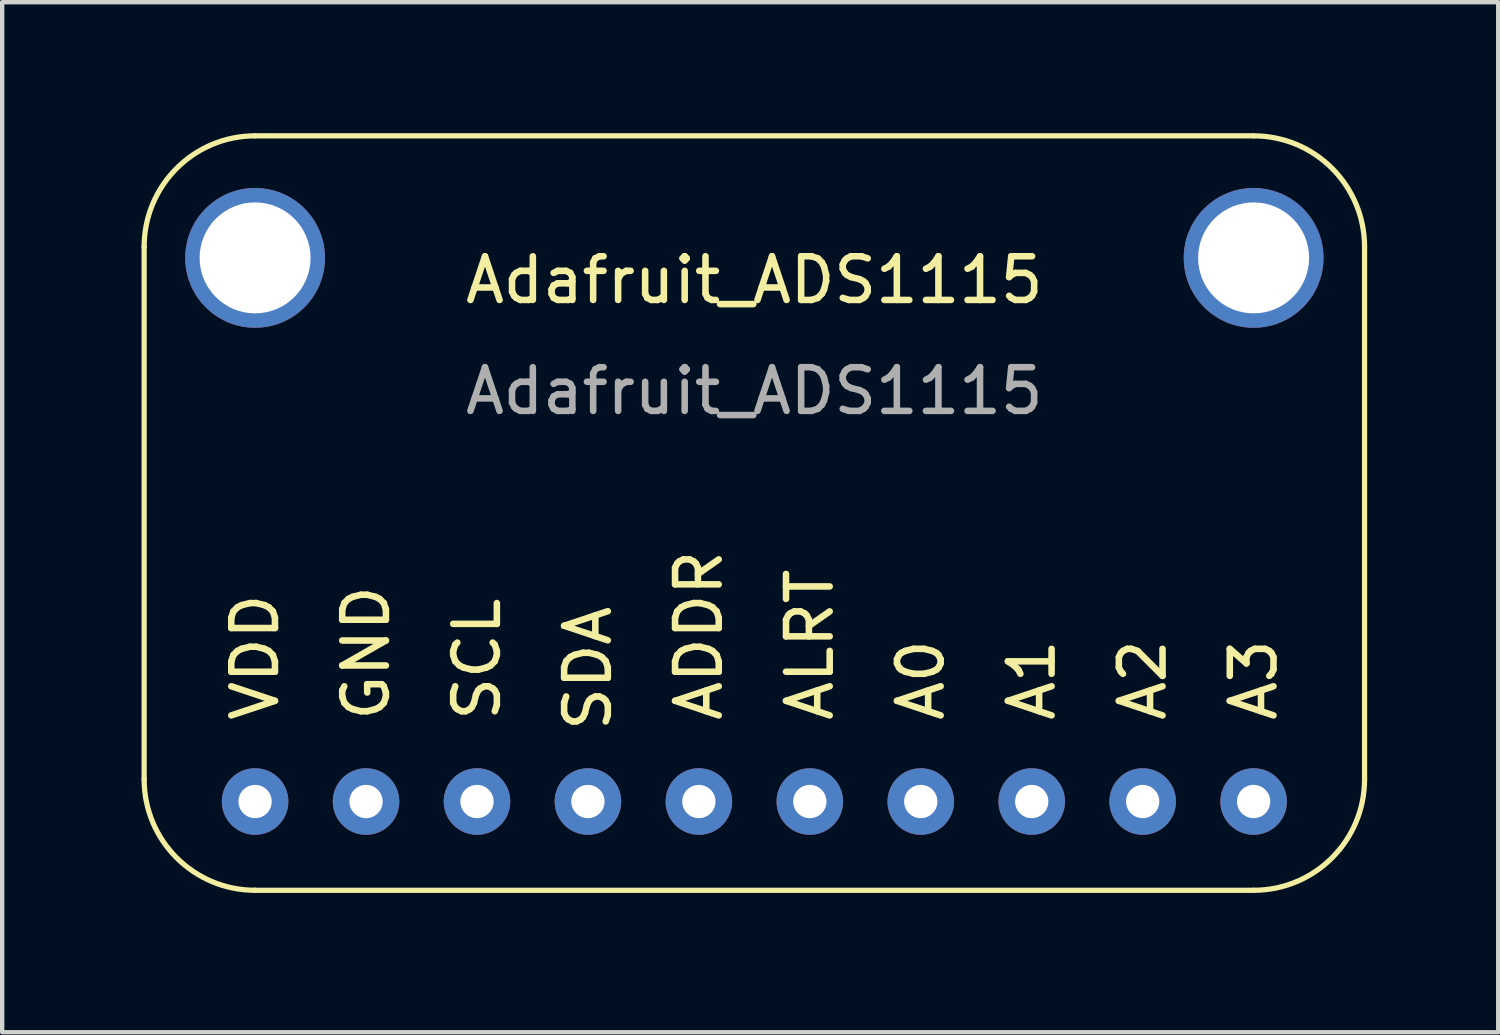
<source format=kicad_pcb>
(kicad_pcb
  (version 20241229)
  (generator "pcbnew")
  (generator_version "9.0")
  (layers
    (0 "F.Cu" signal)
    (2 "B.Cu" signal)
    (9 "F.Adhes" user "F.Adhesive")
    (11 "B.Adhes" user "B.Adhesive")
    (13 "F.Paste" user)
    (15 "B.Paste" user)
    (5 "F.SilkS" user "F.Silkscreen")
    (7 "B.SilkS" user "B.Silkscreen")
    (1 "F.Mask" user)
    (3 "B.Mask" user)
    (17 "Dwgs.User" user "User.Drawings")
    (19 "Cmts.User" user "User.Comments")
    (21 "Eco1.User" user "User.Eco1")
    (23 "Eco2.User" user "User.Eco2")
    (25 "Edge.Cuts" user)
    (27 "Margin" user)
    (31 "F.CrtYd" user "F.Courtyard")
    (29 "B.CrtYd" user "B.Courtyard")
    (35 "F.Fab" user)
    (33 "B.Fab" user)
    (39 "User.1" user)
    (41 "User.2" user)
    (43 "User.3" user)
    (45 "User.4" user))
  (footprint "Adafruit_ADS1115"
    (layer "F.Cu")
    (at 0.25 17.332)
    (property "Reference" "Adafruit_ADS1115" (at 13.97 -13.97 0) (unlocked yes) (layer "F.SilkS") (effects (font (size 1 1) (thickness 0.15))))
    (attr through_hole)
    (fp_line (start 0 -2.54) (end 0 -14.732) (stroke (width 0.12) (type solid)) (layer "F.SilkS"))
    (fp_line (start 2.54 -17.272) (end 25.4 -17.272) (stroke (width 0.12) (type solid)) (layer "F.SilkS"))
    (fp_line (start 2.54 0) (end 25.4 0) (stroke (width 0.12) (type solid)) (layer "F.SilkS"))
    (fp_line (start 27.94 -14.732) (end 27.94 -2.54) (stroke (width 0.12) (type solid)) (layer "F.SilkS"))
    (fp_arc (start 0 -14.732) (mid 0.743949 -16.528051) (end 2.54 -17.272) (stroke (width 0.12) (type solid)) (layer "F.SilkS"))
    (fp_arc (start 2.54 0) (mid 0.743949 -0.743949) (end 0 -2.54) (stroke (width 0.12) (type solid)) (layer "F.SilkS"))
    (fp_arc (start 25.4 -17.272) (mid 27.196051 -16.528051) (end 27.94 -14.732) (stroke (width 0.12) (type solid)) (layer "F.SilkS"))
    (fp_arc (start 27.94 -2.54) (mid 27.196051 -0.743949) (end 25.4 0) (stroke (width 0.12) (type solid)) (layer "F.SilkS"))
    (fp_text user "A1" (at 20.32 -3.81 90) (unlocked yes) (layer "F.SilkS") (effects (font (size 1 1) (thickness 0.15)) (justify left)))
    (fp_text user "A0" (at 17.78 -3.81 90) (unlocked yes) (layer "F.SilkS") (effects (font (size 1 1) (thickness 0.15)) (justify left)))
    (fp_text user "VDD" (at 2.54 -3.81 90) (unlocked yes) (layer "F.SilkS") (effects (font (size 1 1) (thickness 0.15)) (justify left)))
    (fp_text user "SCL" (at 7.62 -3.81 90) (unlocked yes) (layer "F.SilkS") (effects (font (size 1 1) (thickness 0.15)) (justify left)))
    (fp_text user "GND" (at 5.08 -3.81 90) (unlocked yes) (layer "F.SilkS") (effects (font (size 1 1) (thickness 0.15)) (justify left)))
    (fp_text user "ADDR" (at 12.7 -3.81 90) (unlocked yes) (layer "F.SilkS") (effects (font (size 1 1) (thickness 0.15)) (justify left)))
    (fp_text user "A3" (at 25.4 -3.81 90) (unlocked yes) (layer "F.SilkS") (effects (font (size 1 1) (thickness 0.15)) (justify left)))
    (fp_text user "ALRT" (at 15.24 -3.81 90) (unlocked yes) (layer "F.SilkS") (effects (font (size 1 1) (thickness 0.15)) (justify left)))
    (fp_text user "SDA" (at 10.16 -5.08 90) (unlocked yes) (layer "F.SilkS") (effects (font (size 1 1) (thickness 0.15))))
    (fp_text user "A2" (at 22.86 -3.81 90) (unlocked yes) (layer "F.SilkS") (effects (font (size 1 1) (thickness 0.15)) (justify left)))
    (fp_text user "${REFERENCE}" (at 13.97 -11.43 0) (unlocked yes) (layer "F.Fab") (effects (font (size 1 1) (thickness 0.15))))
    (pad "1" thru_hole circle (at 2.54 -2.032) (size 1.524 1.524) (drill 0.762) (layers "*.Cu" "*.Mask"))
    (pad "2" thru_hole circle (at 5.08 -2.032) (size 1.524 1.524) (drill 0.762) (layers "*.Cu" "*.Mask"))
    (pad "3" thru_hole circle (at 7.62 -2.032) (size 1.524 1.524) (drill 0.762) (layers "*.Cu" "*.Mask"))
    (pad "4" thru_hole circle (at 10.16 -2.032) (size 1.524 1.524) (drill 0.762) (layers "*.Cu" "*.Mask"))
    (pad "5" thru_hole circle (at 12.7 -2.032) (size 1.524 1.524) (drill 0.762) (layers "*.Cu" "*.Mask"))
    (pad "6" thru_hole circle (at 15.24 -2.032) (size 1.524 1.524) (drill 0.762) (layers "*.Cu" "*.Mask"))
    (pad "7" thru_hole circle (at 17.78 -2.032) (size 1.524 1.524) (drill 0.762) (layers "*.Cu" "*.Mask"))
    (pad "8" thru_hole circle (at 20.32 -2.032) (size 1.524 1.524) (drill 0.762) (layers "*.Cu" "*.Mask"))
    (pad "9" thru_hole circle (at 22.86 -2.032) (size 1.524 1.524) (drill 0.762) (layers "*.Cu" "*.Mask"))
    (pad "10" thru_hole circle (at 25.4 -2.032) (size 1.524 1.524) (drill 0.762) (layers "*.Cu" "*.Mask"))
    (pad "11" thru_hole circle (at 2.54 -14.478) (size 3.2 3.2) (drill 2.54) (layers "*.Cu" "*.Mask"))
    (pad "11" thru_hole circle (at 25.4 -14.478) (size 3.2 3.2) (drill 2.54) (layers "*.Cu" "*.Mask")))
  (gr_rect
    (start -3 -3)
    (end 31.25 20.582)
    (stroke (width 0.1) (type default))
    (fill no)
    (layer "Edge.Cuts")))
</source>
